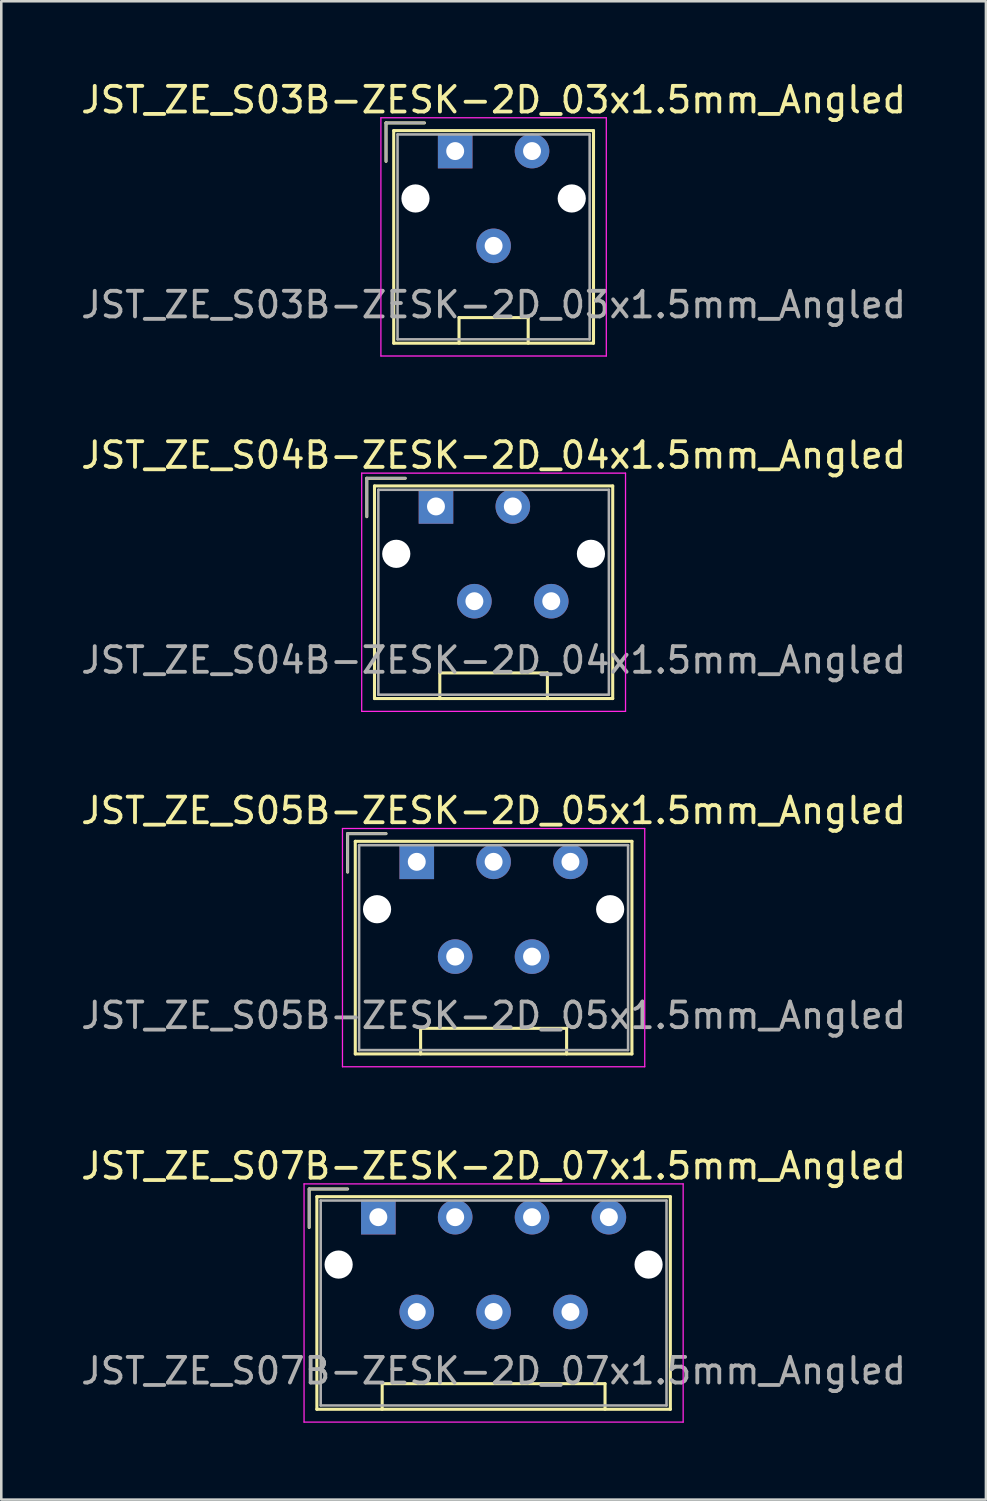
<source format=kicad_pcb>
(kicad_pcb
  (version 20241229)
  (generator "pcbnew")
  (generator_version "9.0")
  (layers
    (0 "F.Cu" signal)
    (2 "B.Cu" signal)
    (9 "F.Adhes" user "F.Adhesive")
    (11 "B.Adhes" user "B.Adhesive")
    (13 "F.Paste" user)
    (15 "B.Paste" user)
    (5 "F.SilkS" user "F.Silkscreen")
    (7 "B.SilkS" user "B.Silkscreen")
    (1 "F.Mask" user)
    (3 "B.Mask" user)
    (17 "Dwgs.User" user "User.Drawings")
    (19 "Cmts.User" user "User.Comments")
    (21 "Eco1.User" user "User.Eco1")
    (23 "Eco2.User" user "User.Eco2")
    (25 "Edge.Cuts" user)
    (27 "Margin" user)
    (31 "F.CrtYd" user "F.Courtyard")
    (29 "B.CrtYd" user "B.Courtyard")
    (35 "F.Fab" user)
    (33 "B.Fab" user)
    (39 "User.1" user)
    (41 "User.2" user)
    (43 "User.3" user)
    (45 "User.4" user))
  (footprint "JST_ZE_S05B-ZESK-2D_05x1.5mm_Angled"
    (layer "F.Cu")
    (at 13.22 30.595)
    (property "Reference" "JST_ZE_S05B-ZESK-2D_05x1.5mm_Angled" (at 3 -2 0) (layer "F.SilkS") (effects (font (size 1 1) (thickness 0.15))))
    (attr through_hole)
    (fp_line (start -2.7 -1.1) (end -1.2 -1.1) (stroke (width 0.12) (type solid)) (layer "F.SilkS"))
    (fp_line (start -2.7 0.4) (end -2.7 -1.1) (stroke (width 0.12) (type solid)) (layer "F.SilkS"))
    (fp_line (start -2.4 -0.8) (end -2.4 7.5) (stroke (width 0.12) (type solid)) (layer "F.SilkS"))
    (fp_line (start -2.4 7.5) (end 8.4 7.5) (stroke (width 0.12) (type solid)) (layer "F.SilkS"))
    (fp_line (start 0.15 6.5) (end 5.85 6.5) (stroke (width 0.12) (type solid)) (layer "F.SilkS"))
    (fp_line (start 0.15 7.5) (end 0.15 6.5) (stroke (width 0.12) (type solid)) (layer "F.SilkS"))
    (fp_line (start 5.85 6.5) (end 5.85 7.5) (stroke (width 0.12) (type solid)) (layer "F.SilkS"))
    (fp_line (start 8.4 -0.8) (end -2.4 -0.8) (stroke (width 0.12) (type solid)) (layer "F.SilkS"))
    (fp_line (start 8.4 7.5) (end 8.4 -0.8) (stroke (width 0.12) (type solid)) (layer "F.SilkS"))
    (fp_line (start -2.9 -1.3) (end -2.9 8) (stroke (width 0.05) (type solid)) (layer "F.CrtYd"))
    (fp_line (start -2.9 8) (end 8.9 8) (stroke (width 0.05) (type solid)) (layer "F.CrtYd"))
    (fp_line (start 8.9 -1.3) (end -2.9 -1.3) (stroke (width 0.05) (type solid)) (layer "F.CrtYd"))
    (fp_line (start 8.9 8) (end 8.9 -1.3) (stroke (width 0.05) (type solid)) (layer "F.CrtYd"))
    (fp_line (start -2.7 -1.1) (end -1.2 -1.1) (stroke (width 0.1) (type solid)) (layer "F.Fab"))
    (fp_line (start -2.7 0.4) (end -2.7 -1.1) (stroke (width 0.1) (type solid)) (layer "F.Fab"))
    (fp_line (start -2.25 -0.65) (end -2.25 7.35) (stroke (width 0.1) (type solid)) (layer "F.Fab"))
    (fp_line (start -2.25 7.35) (end 8.25 7.35) (stroke (width 0.1) (type solid)) (layer "F.Fab"))
    (fp_line (start 8.25 -0.65) (end -2.25 -0.65) (stroke (width 0.1) (type solid)) (layer "F.Fab"))
    (fp_line (start 8.25 7.35) (end 8.25 -0.65) (stroke (width 0.1) (type solid)) (layer "F.Fab"))
    (fp_text user "${REFERENCE}" (at 3 6 0) (layer "F.Fab") (effects (font (size 1 1) (thickness 0.15))))
    (pad "" np_thru_hole circle (at -1.55 1.85) (size 1.1 1.1) (drill 1.1) (layers "*.Cu"))
    (pad "" np_thru_hole circle (at 7.55 1.85) (size 1.1 1.1) (drill 1.1) (layers "*.Cu"))
    (pad "1" thru_hole rect (at 0 0) (size 1.35 1.35) (drill 0.7) (layers "*.Cu" "*.Mask"))
    (pad "2" thru_hole circle (at 1.5 3.7) (size 1.35 1.35) (drill 0.7) (layers "*.Cu" "*.Mask"))
    (pad "3" thru_hole circle (at 3 0) (size 1.35 1.35) (drill 0.7) (layers "*.Cu" "*.Mask"))
    (pad "4" thru_hole circle (at 4.5 3.7) (size 1.35 1.35) (drill 0.7) (layers "*.Cu" "*.Mask"))
    (pad "5" thru_hole circle (at 6 0) (size 1.35 1.35) (drill 0.7) (layers "*.Cu" "*.Mask")))
  (footprint "JST_ZE_S04B-ZESK-2D_04x1.5mm_Angled"
    (layer "F.Cu")
    (at 13.97 16.721)
    (property "Reference" "JST_ZE_S04B-ZESK-2D_04x1.5mm_Angled" (at 2.25 -2 0) (layer "F.SilkS") (effects (font (size 1 1) (thickness 0.15))))
    (attr through_hole)
    (fp_line (start -2.7 -1.1) (end -1.2 -1.1) (stroke (width 0.12) (type solid)) (layer "F.SilkS"))
    (fp_line (start -2.7 0.4) (end -2.7 -1.1) (stroke (width 0.12) (type solid)) (layer "F.SilkS"))
    (fp_line (start -2.4 -0.8) (end -2.4 7.5) (stroke (width 0.12) (type solid)) (layer "F.SilkS"))
    (fp_line (start -2.4 7.5) (end 6.9 7.5) (stroke (width 0.12) (type solid)) (layer "F.SilkS"))
    (fp_line (start 0.15 6.5) (end 4.35 6.5) (stroke (width 0.12) (type solid)) (layer "F.SilkS"))
    (fp_line (start 0.15 7.5) (end 0.15 6.5) (stroke (width 0.12) (type solid)) (layer "F.SilkS"))
    (fp_line (start 4.35 6.5) (end 4.35 7.5) (stroke (width 0.12) (type solid)) (layer "F.SilkS"))
    (fp_line (start 6.9 -0.8) (end -2.4 -0.8) (stroke (width 0.12) (type solid)) (layer "F.SilkS"))
    (fp_line (start 6.9 7.5) (end 6.9 -0.8) (stroke (width 0.12) (type solid)) (layer "F.SilkS"))
    (fp_line (start -2.9 -1.3) (end -2.9 8) (stroke (width 0.05) (type solid)) (layer "F.CrtYd"))
    (fp_line (start -2.9 8) (end 7.4 8) (stroke (width 0.05) (type solid)) (layer "F.CrtYd"))
    (fp_line (start 7.4 -1.3) (end -2.9 -1.3) (stroke (width 0.05) (type solid)) (layer "F.CrtYd"))
    (fp_line (start 7.4 8) (end 7.4 -1.3) (stroke (width 0.05) (type solid)) (layer "F.CrtYd"))
    (fp_line (start -2.7 -1.1) (end -1.2 -1.1) (stroke (width 0.1) (type solid)) (layer "F.Fab"))
    (fp_line (start -2.7 0.4) (end -2.7 -1.1) (stroke (width 0.1) (type solid)) (layer "F.Fab"))
    (fp_line (start -2.25 -0.65) (end -2.25 7.35) (stroke (width 0.1) (type solid)) (layer "F.Fab"))
    (fp_line (start -2.25 7.35) (end 6.75 7.35) (stroke (width 0.1) (type solid)) (layer "F.Fab"))
    (fp_line (start 6.75 -0.65) (end -2.25 -0.65) (stroke (width 0.1) (type solid)) (layer "F.Fab"))
    (fp_line (start 6.75 7.35) (end 6.75 -0.65) (stroke (width 0.1) (type solid)) (layer "F.Fab"))
    (fp_text user "${REFERENCE}" (at 2.25 6 0) (layer "F.Fab") (effects (font (size 1 1) (thickness 0.15))))
    (pad "" np_thru_hole circle (at -1.55 1.85) (size 1.1 1.1) (drill 1.1) (layers "*.Cu"))
    (pad "" np_thru_hole circle (at 6.05 1.85) (size 1.1 1.1) (drill 1.1) (layers "*.Cu"))
    (pad "1" thru_hole rect (at 0 0) (size 1.35 1.35) (drill 0.7) (layers "*.Cu" "*.Mask"))
    (pad "2" thru_hole circle (at 1.5 3.7) (size 1.35 1.35) (drill 0.7) (layers "*.Cu" "*.Mask"))
    (pad "3" thru_hole circle (at 3 0) (size 1.35 1.35) (drill 0.7) (layers "*.Cu" "*.Mask"))
    (pad "4" thru_hole circle (at 4.5 3.7) (size 1.35 1.35) (drill 0.7) (layers "*.Cu" "*.Mask")))
  (footprint "JST_ZE_S03B-ZESK-2D_03x1.5mm_Angled"
    (layer "F.Cu")
    (at 14.72 2.848)
    (property "Reference" "JST_ZE_S03B-ZESK-2D_03x1.5mm_Angled" (at 1.5 -2 0) (layer "F.SilkS") (effects (font (size 1 1) (thickness 0.15))))
    (attr through_hole)
    (fp_line (start -2.7 -1.1) (end -1.2 -1.1) (stroke (width 0.12) (type solid)) (layer "F.SilkS"))
    (fp_line (start -2.7 0.4) (end -2.7 -1.1) (stroke (width 0.12) (type solid)) (layer "F.SilkS"))
    (fp_line (start -2.4 -0.8) (end -2.4 7.5) (stroke (width 0.12) (type solid)) (layer "F.SilkS"))
    (fp_line (start -2.4 7.5) (end 5.4 7.5) (stroke (width 0.12) (type solid)) (layer "F.SilkS"))
    (fp_line (start 0.15 6.5) (end 2.85 6.5) (stroke (width 0.12) (type solid)) (layer "F.SilkS"))
    (fp_line (start 0.15 7.5) (end 0.15 6.5) (stroke (width 0.12) (type solid)) (layer "F.SilkS"))
    (fp_line (start 2.85 6.5) (end 2.85 7.5) (stroke (width 0.12) (type solid)) (layer "F.SilkS"))
    (fp_line (start 5.4 -0.8) (end -2.4 -0.8) (stroke (width 0.12) (type solid)) (layer "F.SilkS"))
    (fp_line (start 5.4 7.5) (end 5.4 -0.8) (stroke (width 0.12) (type solid)) (layer "F.SilkS"))
    (fp_line (start -2.9 -1.3) (end -2.9 8) (stroke (width 0.05) (type solid)) (layer "F.CrtYd"))
    (fp_line (start -2.9 8) (end 5.9 8) (stroke (width 0.05) (type solid)) (layer "F.CrtYd"))
    (fp_line (start 5.9 -1.3) (end -2.9 -1.3) (stroke (width 0.05) (type solid)) (layer "F.CrtYd"))
    (fp_line (start 5.9 8) (end 5.9 -1.3) (stroke (width 0.05) (type solid)) (layer "F.CrtYd"))
    (fp_line (start -2.7 -1.1) (end -1.2 -1.1) (stroke (width 0.1) (type solid)) (layer "F.Fab"))
    (fp_line (start -2.7 0.4) (end -2.7 -1.1) (stroke (width 0.1) (type solid)) (layer "F.Fab"))
    (fp_line (start -2.25 -0.65) (end -2.25 7.35) (stroke (width 0.1) (type solid)) (layer "F.Fab"))
    (fp_line (start -2.25 7.35) (end 5.25 7.35) (stroke (width 0.1) (type solid)) (layer "F.Fab"))
    (fp_line (start 5.25 -0.65) (end -2.25 -0.65) (stroke (width 0.1) (type solid)) (layer "F.Fab"))
    (fp_line (start 5.25 7.35) (end 5.25 -0.65) (stroke (width 0.1) (type solid)) (layer "F.Fab"))
    (fp_text user "${REFERENCE}" (at 1.5 6 0) (layer "F.Fab") (effects (font (size 1 1) (thickness 0.15))))
    (pad "" np_thru_hole circle (at -1.55 1.85) (size 1.1 1.1) (drill 1.1) (layers "*.Cu"))
    (pad "" np_thru_hole circle (at 4.55 1.85) (size 1.1 1.1) (drill 1.1) (layers "*.Cu"))
    (pad "1" thru_hole rect (at 0 0) (size 1.35 1.35) (drill 0.7) (layers "*.Cu" "*.Mask"))
    (pad "2" thru_hole circle (at 1.5 3.7) (size 1.35 1.35) (drill 0.7) (layers "*.Cu" "*.Mask"))
    (pad "3" thru_hole circle (at 3 0) (size 1.35 1.35) (drill 0.7) (layers "*.Cu" "*.Mask")))
  (footprint "JST_ZE_S07B-ZESK-2D_07x1.5mm_Angled"
    (layer "F.Cu")
    (at 11.72 44.468)
    (property "Reference" "JST_ZE_S07B-ZESK-2D_07x1.5mm_Angled" (at 4.5 -2 0) (layer "F.SilkS") (effects (font (size 1 1) (thickness 0.15))))
    (attr through_hole)
    (fp_line (start -2.7 -1.1) (end -1.2 -1.1) (stroke (width 0.12) (type solid)) (layer "F.SilkS"))
    (fp_line (start -2.7 0.4) (end -2.7 -1.1) (stroke (width 0.12) (type solid)) (layer "F.SilkS"))
    (fp_line (start -2.4 -0.8) (end -2.4 7.5) (stroke (width 0.12) (type solid)) (layer "F.SilkS"))
    (fp_line (start -2.4 7.5) (end 11.4 7.5) (stroke (width 0.12) (type solid)) (layer "F.SilkS"))
    (fp_line (start 0.15 6.5) (end 8.85 6.5) (stroke (width 0.12) (type solid)) (layer "F.SilkS"))
    (fp_line (start 0.15 7.5) (end 0.15 6.5) (stroke (width 0.12) (type solid)) (layer "F.SilkS"))
    (fp_line (start 8.85 6.5) (end 8.85 7.5) (stroke (width 0.12) (type solid)) (layer "F.SilkS"))
    (fp_line (start 11.4 -0.8) (end -2.4 -0.8) (stroke (width 0.12) (type solid)) (layer "F.SilkS"))
    (fp_line (start 11.4 7.5) (end 11.4 -0.8) (stroke (width 0.12) (type solid)) (layer "F.SilkS"))
    (fp_line (start -2.9 -1.3) (end -2.9 8) (stroke (width 0.05) (type solid)) (layer "F.CrtYd"))
    (fp_line (start -2.9 8) (end 11.9 8) (stroke (width 0.05) (type solid)) (layer "F.CrtYd"))
    (fp_line (start 11.9 -1.3) (end -2.9 -1.3) (stroke (width 0.05) (type solid)) (layer "F.CrtYd"))
    (fp_line (start 11.9 8) (end 11.9 -1.3) (stroke (width 0.05) (type solid)) (layer "F.CrtYd"))
    (fp_line (start -2.7 -1.1) (end -1.2 -1.1) (stroke (width 0.1) (type solid)) (layer "F.Fab"))
    (fp_line (start -2.7 0.4) (end -2.7 -1.1) (stroke (width 0.1) (type solid)) (layer "F.Fab"))
    (fp_line (start -2.25 -0.65) (end -2.25 7.35) (stroke (width 0.1) (type solid)) (layer "F.Fab"))
    (fp_line (start -2.25 7.35) (end 11.25 7.35) (stroke (width 0.1) (type solid)) (layer "F.Fab"))
    (fp_line (start 11.25 -0.65) (end -2.25 -0.65) (stroke (width 0.1) (type solid)) (layer "F.Fab"))
    (fp_line (start 11.25 7.35) (end 11.25 -0.65) (stroke (width 0.1) (type solid)) (layer "F.Fab"))
    (fp_text user "${REFERENCE}" (at 4.5 6 0) (layer "F.Fab") (effects (font (size 1 1) (thickness 0.15))))
    (pad "" np_thru_hole circle (at -1.55 1.85) (size 1.1 1.1) (drill 1.1) (layers "*.Cu"))
    (pad "" np_thru_hole circle (at 10.55 1.85) (size 1.1 1.1) (drill 1.1) (layers "*.Cu"))
    (pad "1" thru_hole rect (at 0 0) (size 1.35 1.35) (drill 0.7) (layers "*.Cu" "*.Mask"))
    (pad "2" thru_hole circle (at 1.5 3.7) (size 1.35 1.35) (drill 0.7) (layers "*.Cu" "*.Mask"))
    (pad "3" thru_hole circle (at 3 0) (size 1.35 1.35) (drill 0.7) (layers "*.Cu" "*.Mask"))
    (pad "4" thru_hole circle (at 4.5 3.7) (size 1.35 1.35) (drill 0.7) (layers "*.Cu" "*.Mask"))
    (pad "5" thru_hole circle (at 6 0) (size 1.35 1.35) (drill 0.7) (layers "*.Cu" "*.Mask"))
    (pad "6" thru_hole circle (at 7.5 3.7) (size 1.35 1.35) (drill 0.7) (layers "*.Cu" "*.Mask"))
    (pad "7" thru_hole circle (at 9 0) (size 1.35 1.35) (drill 0.7) (layers "*.Cu" "*.Mask")))
  (gr_rect
    (start -3 -3)
    (end 35.44 55.493)
    (stroke (width 0.1) (type default))
    (fill no)
    (layer "Edge.Cuts")))
</source>
